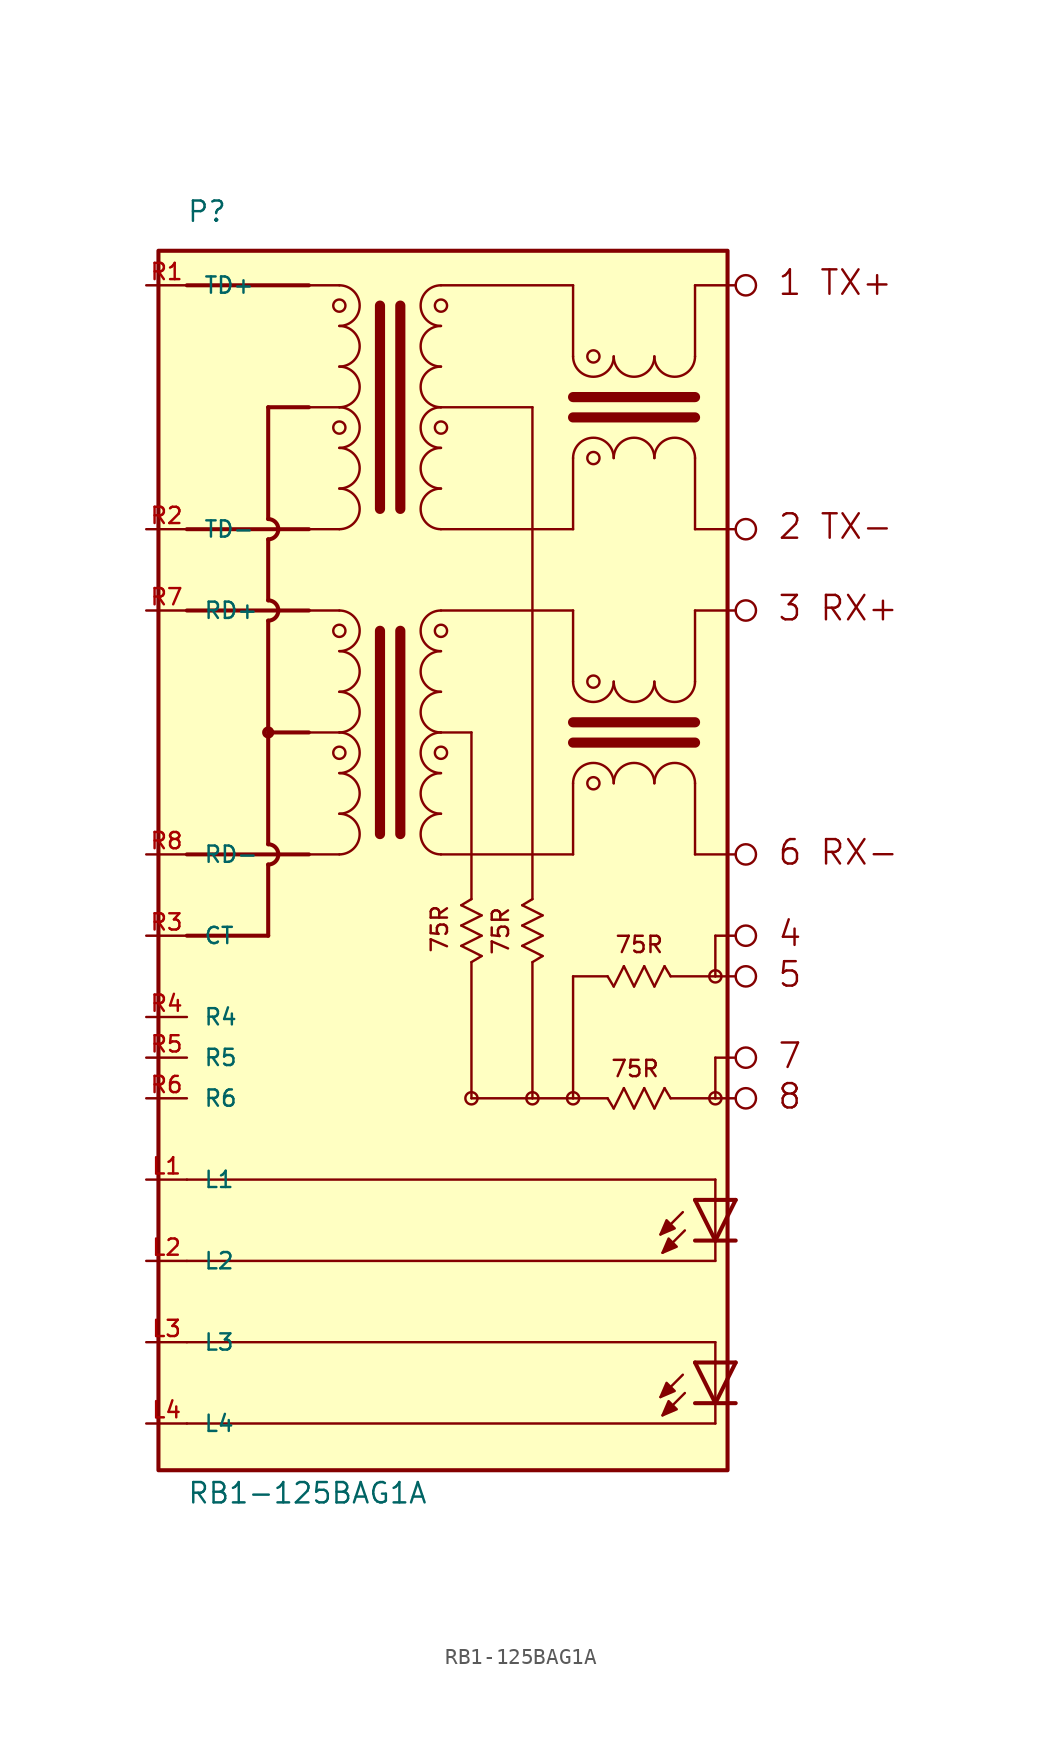
<source format=kicad_sym>
(kicad_symbol_lib
  (version 20211014)
  (generator kicad_symbol_editor)
  (symbol "RB1-125BAG1A"
    (pin_names
      (offset 1.016))
    (property "Reference" "P"
      (at -17.805 39.426 0)
      (effects (font (size 1.27 1.27)) (justify left bottom)))
    (property "Value" "RB1-125BAG1A"
      (at -17.785 -40.652 0)
      (effects (font (size 1.27 1.27)) (justify left bottom)))
    (symbol "RB1-125BAG1A_0_0"
      (rectangle (start -19.558 -38.481) (end 16.002 37.719) (stroke (width 0.254) (type default) (color 0 0 0 0)) (fill (type background)))
      (arc (start -12.7 -0.635) (mid -12.251 -0.449) (end -12.065 0) (stroke (width 0.254) (type default) (color 0 0 0 0)) (fill (type none)))
      (circle (center -12.7 7.62) (radius 0.254) (stroke (width 0.254) (type default) (color 0 0 0 0)) (fill (type none)))
      (arc (start -12.7 14.605) (mid -12.251 14.791) (end -12.065 15.24) (stroke (width 0.254) (type default) (color 0 0 0 0)) (fill (type none)))
      (arc (start -12.7 19.685) (mid -12.251 19.871) (end -12.065 20.32) (stroke (width 0.254) (type default) (color 0 0 0 0)) (fill (type none)))
      (arc (start -12.065 0) (mid -12.251 0.449) (end -12.7 0.635) (stroke (width 0.254) (type default) (color 0 0 0 0)) (fill (type none)))
      (arc (start -12.065 15.24) (mid -12.251 15.689) (end -12.7 15.875) (stroke (width 0.254) (type default) (color 0 0 0 0)) (fill (type none)))
      (arc (start -12.065 20.32) (mid -12.251 20.769) (end -12.7 20.955) (stroke (width 0.254) (type default) (color 0 0 0 0)) (fill (type none)))
      (arc (start -8.255 0) (mid -6.985 1.27) (end -8.255 2.54) (stroke (width 0.1524) (type default) (color 0 0 0 0)) (fill (type none)))
      (arc (start -8.255 2.54) (mid -6.985 3.81) (end -8.255 5.08) (stroke (width 0.1524) (type default) (color 0 0 0 0)) (fill (type none)))
      (arc (start -8.255 5.08) (mid -6.985 6.35) (end -8.255 7.62) (stroke (width 0.1524) (type default) (color 0 0 0 0)) (fill (type none)))
      (circle (center -8.255 6.35) (radius 0.381) (stroke (width 0) (type default) (color 0 0 0 0)) (fill (type none)))
      (arc (start -8.255 7.62) (mid -6.985 8.89) (end -8.255 10.16) (stroke (width 0.1524) (type default) (color 0 0 0 0)) (fill (type none)))
      (arc (start -8.255 10.16) (mid -6.985 11.43) (end -8.255 12.7) (stroke (width 0.1524) (type default) (color 0 0 0 0)) (fill (type none)))
      (arc (start -8.255 12.7) (mid -6.985 13.97) (end -8.255 15.24) (stroke (width 0.1524) (type default) (color 0 0 0 0)) (fill (type none)))
      (circle (center -8.255 13.97) (radius 0.381) (stroke (width 0) (type default) (color 0 0 0 0)) (fill (type none)))
      (arc (start -8.255 20.32) (mid -6.985 21.59) (end -8.255 22.86) (stroke (width 0.1524) (type default) (color 0 0 0 0)) (fill (type none)))
      (arc (start -8.255 22.86) (mid -6.985 24.13) (end -8.255 25.4) (stroke (width 0.1524) (type default) (color 0 0 0 0)) (fill (type none)))
      (arc (start -8.255 25.4) (mid -6.985 26.67) (end -8.255 27.94) (stroke (width 0.1524) (type default) (color 0 0 0 0)) (fill (type none)))
      (circle (center -8.255 26.67) (radius 0.381) (stroke (width 0) (type default) (color 0 0 0 0)) (fill (type none)))
      (arc (start -8.255 27.94) (mid -6.985 29.21) (end -8.255 30.48) (stroke (width 0.1524) (type default) (color 0 0 0 0)) (fill (type none)))
      (arc (start -8.255 30.48) (mid -6.985 31.75) (end -8.255 33.02) (stroke (width 0.1524) (type default) (color 0 0 0 0)) (fill (type none)))
      (arc (start -8.255 33.02) (mid -6.985 34.29) (end -8.255 35.56) (stroke (width 0.1524) (type default) (color 0 0 0 0)) (fill (type none)))
      (circle (center -8.255 34.29) (radius 0.381) (stroke (width 0) (type default) (color 0 0 0 0)) (fill (type none)))
      (arc (start -1.905 2.54) (mid -3.175 1.27) (end -1.905 0) (stroke (width 0.1524) (type default) (color 0 0 0 0)) (fill (type none)))
      (arc (start -1.905 5.08) (mid -3.175 3.81) (end -1.905 2.54) (stroke (width 0.1524) (type default) (color 0 0 0 0)) (fill (type none)))
      (circle (center -1.905 6.35) (radius 0.381) (stroke (width 0) (type default) (color 0 0 0 0)) (fill (type none)))
      (arc (start -1.905 7.62) (mid -3.175 6.35) (end -1.905 5.08) (stroke (width 0.1524) (type default) (color 0 0 0 0)) (fill (type none)))
      (arc (start -1.905 10.16) (mid -3.175 8.89) (end -1.905 7.62) (stroke (width 0.1524) (type default) (color 0 0 0 0)) (fill (type none)))
      (arc (start -1.905 12.7) (mid -3.175 11.43) (end -1.905 10.16) (stroke (width 0.1524) (type default) (color 0 0 0 0)) (fill (type none)))
      (circle (center -1.905 13.97) (radius 0.381) (stroke (width 0) (type default) (color 0 0 0 0)) (fill (type none)))
      (arc (start -1.905 15.24) (mid -3.175 13.97) (end -1.905 12.7) (stroke (width 0.1524) (type default) (color 0 0 0 0)) (fill (type none)))
      (arc (start -1.905 22.86) (mid -3.175 21.59) (end -1.905 20.32) (stroke (width 0.1524) (type default) (color 0 0 0 0)) (fill (type none)))
      (arc (start -1.905 25.4) (mid -3.175 24.13) (end -1.905 22.86) (stroke (width 0.1524) (type default) (color 0 0 0 0)) (fill (type none)))
      (circle (center -1.905 26.67) (radius 0.381) (stroke (width 0) (type default) (color 0 0 0 0)) (fill (type none)))
      (arc (start -1.905 27.94) (mid -3.175 26.67) (end -1.905 25.4) (stroke (width 0.1524) (type default) (color 0 0 0 0)) (fill (type none)))
      (arc (start -1.905 30.48) (mid -3.175 29.21) (end -1.905 27.94) (stroke (width 0.1524) (type default) (color 0 0 0 0)) (fill (type none)))
      (arc (start -1.905 33.02) (mid -3.175 31.75) (end -1.905 30.48) (stroke (width 0.1524) (type default) (color 0 0 0 0)) (fill (type none)))
      (circle (center -1.905 34.29) (radius 0.381) (stroke (width 0) (type default) (color 0 0 0 0)) (fill (type none)))
      (arc (start -1.905 35.56) (mid -3.175 34.29) (end -1.905 33.02) (stroke (width 0.1524) (type default) (color 0 0 0 0)) (fill (type none)))
      (circle (center 0 -15.24) (radius 0.381) (stroke (width 0) (type default) (color 0 0 0 0)) (fill (type none)))
      (polyline (pts (xy -17.78 -35.56) (xy 15.24 -35.56)) (stroke (width 0.152) (type default) (color 0 0 0 0)) (fill (type none)))
      (polyline (pts (xy -17.78 -30.48) (xy 15.24 -30.48)) (stroke (width 0.152) (type default) (color 0 0 0 0)) (fill (type none)))
      (polyline (pts (xy -17.78 -25.4) (xy 15.24 -25.4)) (stroke (width 0.152) (type default) (color 0 0 0 0)) (fill (type none)))
      (polyline (pts (xy -17.78 -20.32) (xy 15.24 -20.32)) (stroke (width 0.152) (type default) (color 0 0 0 0)) (fill (type none)))
      (polyline (pts (xy -17.78 0) (xy -12.065 0)) (stroke (width 0.254) (type default) (color 0 0 0 0)) (fill (type none)))
      (polyline (pts (xy -17.78 15.24) (xy -12.065 15.24)) (stroke (width 0.254) (type default) (color 0 0 0 0)) (fill (type none)))
      (polyline (pts (xy -17.78 20.32) (xy -12.065 20.32)) (stroke (width 0.254) (type default) (color 0 0 0 0)) (fill (type none)))
      (polyline (pts (xy -17.78 35.56) (xy -10.16 35.56)) (stroke (width 0.254) (type default) (color 0 0 0 0)) (fill (type none)))
      (polyline (pts (xy -12.7 -5.08) (xy -17.78 -5.08)) (stroke (width 0.254) (type default) (color 0 0 0 0)) (fill (type none)))
      (polyline (pts (xy -12.7 -0.635) (xy -12.7 -5.08)) (stroke (width 0.254) (type default) (color 0 0 0 0)) (fill (type none)))
      (polyline (pts (xy -12.7 14.605) (xy -12.7 0.635)) (stroke (width 0.254) (type default) (color 0 0 0 0)) (fill (type none)))
      (polyline (pts (xy -12.7 19.685) (xy -12.7 15.875)) (stroke (width 0.254) (type default) (color 0 0 0 0)) (fill (type none)))
      (polyline (pts (xy -12.7 27.94) (xy -12.7 20.955)) (stroke (width 0.254) (type default) (color 0 0 0 0)) (fill (type none)))
      (polyline (pts (xy -12.065 0) (xy -10.16 0)) (stroke (width 0.254) (type default) (color 0 0 0 0)) (fill (type none)))
      (polyline (pts (xy -12.065 15.24) (xy -10.16 15.24)) (stroke (width 0.254) (type default) (color 0 0 0 0)) (fill (type none)))
      (polyline (pts (xy -12.065 20.32) (xy -10.16 20.32)) (stroke (width 0.254) (type default) (color 0 0 0 0)) (fill (type none)))
      (polyline (pts (xy -10.16 0) (xy -8.255 0)) (stroke (width 0.152) (type default) (color 0 0 0 0)) (fill (type none)))
      (polyline (pts (xy -10.16 7.62) (xy -12.7 7.62)) (stroke (width 0.254) (type default) (color 0 0 0 0)) (fill (type none)))
      (polyline (pts (xy -10.16 7.62) (xy -8.255 7.62)) (stroke (width 0.152) (type default) (color 0 0 0 0)) (fill (type none)))
      (polyline (pts (xy -10.16 15.24) (xy -8.255 15.24)) (stroke (width 0.152) (type default) (color 0 0 0 0)) (fill (type none)))
      (polyline (pts (xy -10.16 20.32) (xy -8.255 20.32)) (stroke (width 0.152) (type default) (color 0 0 0 0)) (fill (type none)))
      (polyline (pts (xy -10.16 27.94) (xy -12.7 27.94)) (stroke (width 0.254) (type default) (color 0 0 0 0)) (fill (type none)))
      (polyline (pts (xy -10.16 27.94) (xy -8.255 27.94)) (stroke (width 0.152) (type default) (color 0 0 0 0)) (fill (type none)))
      (polyline (pts (xy -10.16 35.56) (xy -8.255 35.56)) (stroke (width 0.152) (type default) (color 0 0 0 0)) (fill (type none)))
      (polyline (pts (xy -5.715 13.97) (xy -5.715 1.27)) (stroke (width 0.635) (type default) (color 0 0 0 0)) (fill (type none)))
      (polyline (pts (xy -5.715 34.29) (xy -5.715 21.59)) (stroke (width 0.635) (type default) (color 0 0 0 0)) (fill (type none)))
      (polyline (pts (xy -4.445 13.97) (xy -4.445 1.27)) (stroke (width 0.635) (type default) (color 0 0 0 0)) (fill (type none)))
      (polyline (pts (xy -4.445 34.29) (xy -4.445 21.59)) (stroke (width 0.635) (type default) (color 0 0 0 0)) (fill (type none)))
      (polyline (pts (xy -1.905 7.62) (xy 0 7.62)) (stroke (width 0.152) (type default) (color 0 0 0 0)) (fill (type none)))
      (polyline (pts (xy -1.905 15.24) (xy 6.35 15.24)) (stroke (width 0.152) (type default) (color 0 0 0 0)) (fill (type none)))
      (polyline (pts (xy -1.905 27.94) (xy 3.81 27.94)) (stroke (width 0.152) (type default) (color 0 0 0 0)) (fill (type none)))
      (polyline (pts (xy -1.905 35.56) (xy 6.35 35.56)) (stroke (width 0.152) (type default) (color 0 0 0 0)) (fill (type none)))
      (polyline (pts (xy -0.635 -5.715) (xy 0.635 -6.35)) (stroke (width 0.152) (type default) (color 0 0 0 0)) (fill (type none)))
      (polyline (pts (xy -0.635 -4.445) (xy 0.635 -5.08)) (stroke (width 0.152) (type default) (color 0 0 0 0)) (fill (type none)))
      (polyline (pts (xy -0.635 -3.175) (xy 0.635 -3.81)) (stroke (width 0.152) (type default) (color 0 0 0 0)) (fill (type none)))
      (polyline (pts (xy 0 -15.24) (xy 3.81 -15.24)) (stroke (width 0.152) (type default) (color 0 0 0 0)) (fill (type none)))
      (polyline (pts (xy 0 -6.731) (xy 0 -15.24)) (stroke (width 0.152) (type default) (color 0 0 0 0)) (fill (type none)))
      (polyline (pts (xy 0 -2.794) (xy -0.635 -3.175)) (stroke (width 0.152) (type default) (color 0 0 0 0)) (fill (type none)))
      (polyline (pts (xy 0 7.62) (xy 0 -2.794)) (stroke (width 0.152) (type default) (color 0 0 0 0)) (fill (type none)))
      (polyline (pts (xy 0.635 -6.35) (xy 0 -6.731)) (stroke (width 0.152) (type default) (color 0 0 0 0)) (fill (type none)))
      (polyline (pts (xy 0.635 -5.08) (xy -0.635 -5.715)) (stroke (width 0.152) (type default) (color 0 0 0 0)) (fill (type none)))
      (polyline (pts (xy 0.635 -3.81) (xy -0.635 -4.445)) (stroke (width 0.152) (type default) (color 0 0 0 0)) (fill (type none)))
      (polyline (pts (xy 3.175 -5.715) (xy 4.445 -6.35)) (stroke (width 0.152) (type default) (color 0 0 0 0)) (fill (type none)))
      (polyline (pts (xy 3.175 -4.445) (xy 4.445 -5.08)) (stroke (width 0.152) (type default) (color 0 0 0 0)) (fill (type none)))
      (polyline (pts (xy 3.175 -3.175) (xy 4.445 -3.81)) (stroke (width 0.152) (type default) (color 0 0 0 0)) (fill (type none)))
      (polyline (pts (xy 3.81 -15.24) (xy 6.35 -15.24)) (stroke (width 0.152) (type default) (color 0 0 0 0)) (fill (type none)))
      (polyline (pts (xy 3.81 -6.731) (xy 3.81 -15.24)) (stroke (width 0.152) (type default) (color 0 0 0 0)) (fill (type none)))
      (polyline (pts (xy 3.81 -2.794) (xy 3.175 -3.175)) (stroke (width 0.152) (type default) (color 0 0 0 0)) (fill (type none)))
      (polyline (pts (xy 3.81 27.94) (xy 3.81 -2.794)) (stroke (width 0.152) (type default) (color 0 0 0 0)) (fill (type none)))
      (polyline (pts (xy 4.445 -6.35) (xy 3.81 -6.731)) (stroke (width 0.152) (type default) (color 0 0 0 0)) (fill (type none)))
      (polyline (pts (xy 4.445 -5.08) (xy 3.175 -5.715)) (stroke (width 0.152) (type default) (color 0 0 0 0)) (fill (type none)))
      (polyline (pts (xy 4.445 -3.81) (xy 3.175 -4.445)) (stroke (width 0.152) (type default) (color 0 0 0 0)) (fill (type none)))
      (polyline (pts (xy 6.35 -15.24) (xy 8.509 -15.24)) (stroke (width 0.152) (type default) (color 0 0 0 0)) (fill (type none)))
      (polyline (pts (xy 6.35 -7.62) (xy 6.35 -15.24)) (stroke (width 0.152) (type default) (color 0 0 0 0)) (fill (type none)))
      (polyline (pts (xy 6.35 0) (xy -1.905 0)) (stroke (width 0.152) (type default) (color 0 0 0 0)) (fill (type none)))
      (polyline (pts (xy 6.35 0) (xy 6.35 4.445)) (stroke (width 0.152) (type default) (color 0 0 0 0)) (fill (type none)))
      (polyline (pts (xy 6.35 6.985) (xy 13.97 6.985)) (stroke (width 0.635) (type default) (color 0 0 0 0)) (fill (type none)))
      (polyline (pts (xy 6.35 8.255) (xy 13.97 8.255)) (stroke (width 0.635) (type default) (color 0 0 0 0)) (fill (type none)))
      (polyline (pts (xy 6.35 15.24) (xy 6.35 10.795)) (stroke (width 0.152) (type default) (color 0 0 0 0)) (fill (type none)))
      (polyline (pts (xy 6.35 20.32) (xy -1.905 20.32)) (stroke (width 0.152) (type default) (color 0 0 0 0)) (fill (type none)))
      (polyline (pts (xy 6.35 20.32) (xy 6.35 24.765)) (stroke (width 0.152) (type default) (color 0 0 0 0)) (fill (type none)))
      (polyline (pts (xy 6.35 27.305) (xy 13.97 27.305)) (stroke (width 0.635) (type default) (color 0 0 0 0)) (fill (type none)))
      (polyline (pts (xy 6.35 28.575) (xy 13.97 28.575)) (stroke (width 0.635) (type default) (color 0 0 0 0)) (fill (type none)))
      (polyline (pts (xy 6.35 35.56) (xy 6.35 31.115)) (stroke (width 0.152) (type default) (color 0 0 0 0)) (fill (type none)))
      (polyline (pts (xy 8.509 -15.24) (xy 8.89 -15.875)) (stroke (width 0.152) (type default) (color 0 0 0 0)) (fill (type none)))
      (polyline (pts (xy 8.509 -7.62) (xy 6.35 -7.62)) (stroke (width 0.152) (type default) (color 0 0 0 0)) (fill (type none)))
      (polyline (pts (xy 8.509 -7.62) (xy 8.89 -8.255)) (stroke (width 0.152) (type default) (color 0 0 0 0)) (fill (type none)))
      (polyline (pts (xy 8.89 -15.875) (xy 9.525 -14.605)) (stroke (width 0.152) (type default) (color 0 0 0 0)) (fill (type none)))
      (polyline (pts (xy 8.89 -8.255) (xy 9.525 -6.985)) (stroke (width 0.152) (type default) (color 0 0 0 0)) (fill (type none)))
      (polyline (pts (xy 9.525 -14.605) (xy 10.16 -15.875)) (stroke (width 0.152) (type default) (color 0 0 0 0)) (fill (type none)))
      (polyline (pts (xy 9.525 -6.985) (xy 10.16 -8.255)) (stroke (width 0.152) (type default) (color 0 0 0 0)) (fill (type none)))
      (polyline (pts (xy 10.16 -15.875) (xy 10.795 -14.605)) (stroke (width 0.152) (type default) (color 0 0 0 0)) (fill (type none)))
      (polyline (pts (xy 10.16 -8.255) (xy 10.795 -6.985)) (stroke (width 0.152) (type default) (color 0 0 0 0)) (fill (type none)))
      (polyline (pts (xy 10.795 -14.605) (xy 11.43 -15.875)) (stroke (width 0.152) (type default) (color 0 0 0 0)) (fill (type none)))
      (polyline (pts (xy 10.795 -6.985) (xy 11.43 -8.255)) (stroke (width 0.152) (type default) (color 0 0 0 0)) (fill (type none)))
      (polyline (pts (xy 11.43 -15.875) (xy 12.065 -14.605)) (stroke (width 0.152) (type default) (color 0 0 0 0)) (fill (type none)))
      (polyline (pts (xy 11.43 -8.255) (xy 12.065 -6.985)) (stroke (width 0.152) (type default) (color 0 0 0 0)) (fill (type none)))
      (polyline (pts (xy 12.065 -14.605) (xy 12.446 -15.24)) (stroke (width 0.152) (type default) (color 0 0 0 0)) (fill (type none)))
      (polyline (pts (xy 12.065 -6.985) (xy 12.446 -7.62)) (stroke (width 0.152) (type default) (color 0 0 0 0)) (fill (type none)))
      (polyline (pts (xy 12.446 -15.24) (xy 15.24 -15.24)) (stroke (width 0.152) (type default) (color 0 0 0 0)) (fill (type none)))
      (polyline (pts (xy 13.208 -32.512) (xy 11.811 -33.909)) (stroke (width 0.152) (type default) (color 0 0 0 0)) (fill (type none)))
      (polyline (pts (xy 13.208 -22.352) (xy 11.811 -23.749)) (stroke (width 0.152) (type default) (color 0 0 0 0)) (fill (type none)))
      (polyline (pts (xy 13.335 -33.655) (xy 11.938 -35.052)) (stroke (width 0.152) (type default) (color 0 0 0 0)) (fill (type none)))
      (polyline (pts (xy 13.335 -23.495) (xy 11.938 -24.892)) (stroke (width 0.152) (type default) (color 0 0 0 0)) (fill (type none)))
      (polyline (pts (xy 13.97 0) (xy 16.51 0)) (stroke (width 0.152) (type default) (color 0 0 0 0)) (fill (type none)))
      (polyline (pts (xy 13.97 4.445) (xy 13.97 0)) (stroke (width 0.152) (type default) (color 0 0 0 0)) (fill (type none)))
      (polyline (pts (xy 13.97 10.795) (xy 13.97 15.24)) (stroke (width 0.152) (type default) (color 0 0 0 0)) (fill (type none)))
      (polyline (pts (xy 13.97 15.24) (xy 16.51 15.24)) (stroke (width 0.152) (type default) (color 0 0 0 0)) (fill (type none)))
      (polyline (pts (xy 13.97 20.32) (xy 16.51 20.32)) (stroke (width 0.152) (type default) (color 0 0 0 0)) (fill (type none)))
      (polyline (pts (xy 13.97 24.765) (xy 13.97 20.32)) (stroke (width 0.152) (type default) (color 0 0 0 0)) (fill (type none)))
      (polyline (pts (xy 13.97 31.115) (xy 13.97 35.56)) (stroke (width 0.152) (type default) (color 0 0 0 0)) (fill (type none)))
      (polyline (pts (xy 13.97 35.56) (xy 16.51 35.56)) (stroke (width 0.152) (type default) (color 0 0 0 0)) (fill (type none)))
      (polyline (pts (xy 15.24 -35.56) (xy 15.24 -34.29)) (stroke (width 0.152) (type default) (color 0 0 0 0)) (fill (type none)))
      (polyline (pts (xy 15.24 -34.29) (xy 13.97 -34.29)) (stroke (width 0.254) (type default) (color 0 0 0 0)) (fill (type none)))
      (polyline (pts (xy 15.24 -34.29) (xy 13.97 -31.75)) (stroke (width 0.254) (type default) (color 0 0 0 0)) (fill (type none)))
      (polyline (pts (xy 15.24 -31.75) (xy 13.97 -31.75)) (stroke (width 0.254) (type default) (color 0 0 0 0)) (fill (type none)))
      (polyline (pts (xy 15.24 -31.75) (xy 15.24 -34.29)) (stroke (width 0.152) (type default) (color 0 0 0 0)) (fill (type none)))
      (polyline (pts (xy 15.24 -30.48) (xy 15.24 -31.75)) (stroke (width 0.152) (type default) (color 0 0 0 0)) (fill (type none)))
      (polyline (pts (xy 15.24 -25.4) (xy 15.24 -24.13)) (stroke (width 0.152) (type default) (color 0 0 0 0)) (fill (type none)))
      (polyline (pts (xy 15.24 -24.13) (xy 13.97 -24.13)) (stroke (width 0.254) (type default) (color 0 0 0 0)) (fill (type none)))
      (polyline (pts (xy 15.24 -24.13) (xy 13.97 -21.59)) (stroke (width 0.254) (type default) (color 0 0 0 0)) (fill (type none)))
      (polyline (pts (xy 15.24 -21.59) (xy 13.97 -21.59)) (stroke (width 0.254) (type default) (color 0 0 0 0)) (fill (type none)))
      (polyline (pts (xy 15.24 -21.59) (xy 15.24 -24.13)) (stroke (width 0.152) (type default) (color 0 0 0 0)) (fill (type none)))
      (polyline (pts (xy 15.24 -20.32) (xy 15.24 -21.59)) (stroke (width 0.152) (type default) (color 0 0 0 0)) (fill (type none)))
      (polyline (pts (xy 15.24 -15.24) (xy 16.51 -15.24)) (stroke (width 0.152) (type default) (color 0 0 0 0)) (fill (type none)))
      (polyline (pts (xy 15.24 -12.7) (xy 15.24 -15.24)) (stroke (width 0.152) (type default) (color 0 0 0 0)) (fill (type none)))
      (polyline (pts (xy 15.24 -7.62) (xy 12.446 -7.62)) (stroke (width 0.152) (type default) (color 0 0 0 0)) (fill (type none)))
      (polyline (pts (xy 15.24 -7.62) (xy 16.51 -7.62)) (stroke (width 0.152) (type default) (color 0 0 0 0)) (fill (type none)))
      (polyline (pts (xy 15.24 -5.08) (xy 15.24 -7.62)) (stroke (width 0.152) (type default) (color 0 0 0 0)) (fill (type none)))
      (polyline (pts (xy 16.51 -34.29) (xy 15.24 -34.29)) (stroke (width 0.254) (type default) (color 0 0 0 0)) (fill (type none)))
      (polyline (pts (xy 16.51 -31.75) (xy 15.24 -34.29)) (stroke (width 0.254) (type default) (color 0 0 0 0)) (fill (type none)))
      (polyline (pts (xy 16.51 -31.75) (xy 15.24 -31.75)) (stroke (width 0.254) (type default) (color 0 0 0 0)) (fill (type none)))
      (polyline (pts (xy 16.51 -24.13) (xy 15.24 -24.13)) (stroke (width 0.254) (type default) (color 0 0 0 0)) (fill (type none)))
      (polyline (pts (xy 16.51 -21.59) (xy 15.24 -24.13)) (stroke (width 0.254) (type default) (color 0 0 0 0)) (fill (type none)))
      (polyline (pts (xy 16.51 -21.59) (xy 15.24 -21.59)) (stroke (width 0.254) (type default) (color 0 0 0 0)) (fill (type none)))
      (polyline (pts (xy 16.51 -12.7) (xy 15.24 -12.7)) (stroke (width 0.152) (type default) (color 0 0 0 0)) (fill (type none)))
      (polyline (pts (xy 16.51 -5.08) (xy 15.24 -5.08)) (stroke (width 0.152) (type default) (color 0 0 0 0)) (fill (type none)))
      (polyline (pts (xy 11.811 -33.909) (xy 12.192 -33.02) (xy 12.7 -33.528) (xy 11.811 -33.909)) (stroke (width 0.152) (type default) (color 0 0 0 0)) (fill (type outline)))
      (polyline (pts (xy 11.811 -23.749) (xy 12.192 -22.86) (xy 12.7 -23.368) (xy 11.811 -23.749)) (stroke (width 0.152) (type default) (color 0 0 0 0)) (fill (type outline)))
      (polyline (pts (xy 11.938 -35.052) (xy 12.319 -34.163) (xy 12.827 -34.671) (xy 11.938 -35.052)) (stroke (width 0.152) (type default) (color 0 0 0 0)) (fill (type outline)))
      (polyline (pts (xy 11.938 -24.892) (xy 12.319 -24.003) (xy 12.827 -24.511) (xy 11.938 -24.892)) (stroke (width 0.152) (type default) (color 0 0 0 0)) (fill (type outline)))
      (circle (center 3.81 -15.24) (radius 0.381) (stroke (width 0) (type default) (color 0 0 0 0)) (fill (type none)))
      (circle (center 6.35 -15.24) (radius 0.381) (stroke (width 0) (type default) (color 0 0 0 0)) (fill (type none)))
      (arc (start 6.35 10.795) (mid 7.62 9.525) (end 8.89 10.795) (stroke (width 0.1524) (type default) (color 0 0 0 0)) (fill (type none)))
      (arc (start 6.35 31.115) (mid 7.62 29.845) (end 8.89 31.115) (stroke (width 0.1524) (type default) (color 0 0 0 0)) (fill (type none)))
      (circle (center 7.62 4.445) (radius 0.381) (stroke (width 0) (type default) (color 0 0 0 0)) (fill (type none)))
      (circle (center 7.62 10.795) (radius 0.381) (stroke (width 0) (type default) (color 0 0 0 0)) (fill (type none)))
      (circle (center 7.62 24.765) (radius 0.381) (stroke (width 0) (type default) (color 0 0 0 0)) (fill (type none)))
      (circle (center 7.62 31.115) (radius 0.381) (stroke (width 0) (type default) (color 0 0 0 0)) (fill (type none)))
      (arc (start 8.89 4.445) (mid 7.62 5.715) (end 6.35 4.445) (stroke (width 0.1524) (type default) (color 0 0 0 0)) (fill (type none)))
      (arc (start 8.89 10.795) (mid 10.16 9.525) (end 11.43 10.795) (stroke (width 0.1524) (type default) (color 0 0 0 0)) (fill (type none)))
      (arc (start 8.89 24.765) (mid 7.62 26.035) (end 6.35 24.765) (stroke (width 0.1524) (type default) (color 0 0 0 0)) (fill (type none)))
      (arc (start 8.89 31.115) (mid 10.16 29.845) (end 11.43 31.115) (stroke (width 0.1524) (type default) (color 0 0 0 0)) (fill (type none)))
      (arc (start 11.43 4.445) (mid 10.16 5.715) (end 8.89 4.445) (stroke (width 0.1524) (type default) (color 0 0 0 0)) (fill (type none)))
      (arc (start 11.43 10.795) (mid 12.7 9.525) (end 13.97 10.795) (stroke (width 0.1524) (type default) (color 0 0 0 0)) (fill (type none)))
      (arc (start 11.43 24.765) (mid 10.16 26.035) (end 8.89 24.765) (stroke (width 0.1524) (type default) (color 0 0 0 0)) (fill (type none)))
      (arc (start 11.43 31.115) (mid 12.7 29.845) (end 13.97 31.115) (stroke (width 0.1524) (type default) (color 0 0 0 0)) (fill (type none)))
      (arc (start 13.97 4.445) (mid 12.7 5.715) (end 11.43 4.445) (stroke (width 0.1524) (type default) (color 0 0 0 0)) (fill (type none)))
      (arc (start 13.97 24.765) (mid 12.7 26.035) (end 11.43 24.765) (stroke (width 0.1524) (type default) (color 0 0 0 0)) (fill (type none)))
      (circle (center 15.24 -15.24) (radius 0.381) (stroke (width 0) (type default) (color 0 0 0 0)) (fill (type none)))
      (circle (center 15.24 -7.62) (radius 0.381) (stroke (width 0) (type default) (color 0 0 0 0)) (fill (type none)))
      (circle (center 17.145 -15.24) (radius 0.635) (stroke (width 0.152) (type default) (color 0 0 0 0)) (fill (type none)))
      (circle (center 17.145 -12.7) (radius 0.635) (stroke (width 0.152) (type default) (color 0 0 0 0)) (fill (type none)))
      (circle (center 17.145 -7.62) (radius 0.635) (stroke (width 0.152) (type default) (color 0 0 0 0)) (fill (type none)))
      (circle (center 17.145 -5.08) (radius 0.635) (stroke (width 0.152) (type default) (color 0 0 0 0)) (fill (type none)))
      (circle (center 17.145 0) (radius 0.635) (stroke (width 0.152) (type default) (color 0 0 0 0)) (fill (type none)))
      (circle (center 17.145 15.24) (radius 0.635) (stroke (width 0.152) (type default) (color 0 0 0 0)) (fill (type none)))
      (circle (center 17.145 20.32) (radius 0.635) (stroke (width 0.152) (type default) (color 0 0 0 0)) (fill (type none)))
      (circle (center 17.145 35.56) (radius 0.635) (stroke (width 0.152) (type default) (color 0 0 0 0)) (fill (type none)))
      (text "1 TX+" (at 19.071 34.837 0) (effects (font (size 1.526 1.526)) (justify left bottom)))
      (text "2 TX-" (at 19.085 19.594 0) (effects (font (size 1.527 1.527)) (justify left bottom)))
      (text "3 RX+" (at 19.072 14.495 0) (effects (font (size 1.526 1.526)) (justify left bottom)))
      (text "4" (at 19.071 -5.848 0) (effects (font (size 1.526 1.526)) (justify left bottom)))
      (text "5" (at 19.072 -8.392 0) (effects (font (size 1.526 1.526)) (justify left bottom)))
      (text "6 RX-" (at 19.079 -0.763 0) (effects (font (size 1.526 1.526)) (justify left bottom)))
      (text "7" (at 19.069 -13.475 0) (effects (font (size 1.526 1.526)) (justify left bottom)))
      (text "75R" (at -1.398 -6.227 900) (effects (font (size 1.017 1.017)) (justify left bottom)))
      (text "75R" (at 2.418 -6.362 900) (effects (font (size 1.018 1.018)) (justify left bottom)))
      (text "75R" (at 8.646 -13.987 0) (effects (font (size 1.017 1.017)) (justify left bottom)))
      (text "75R" (at 8.906 -6.234 0) (effects (font (size 1.018 1.018)) (justify left bottom)))
      (text "8" (at 19.056 -16.007 0) (effects (font (size 1.524 1.524)) (justify left bottom)))
      (pin passive line (at -20.32 -20.32 0) (length 2.54) (name "L1" (effects (font (size 1.016 1.016)))) (number "L1" (effects (font (size 1.016 1.016)))))
      (pin passive line (at -20.32 -25.4 0) (length 2.54) (name "L2" (effects (font (size 1.016 1.016)))) (number "L2" (effects (font (size 1.016 1.016)))))
      (pin passive line (at -20.32 -30.48 0) (length 2.54) (name "L3" (effects (font (size 1.016 1.016)))) (number "L3" (effects (font (size 1.016 1.016)))))
      (pin passive line (at -20.32 -35.56 0) (length 2.54) (name "L4" (effects (font (size 1.016 1.016)))) (number "L4" (effects (font (size 1.016 1.016)))))
      (pin input line (at -20.32 35.56 0) (length 2.54) (name "TD+" (effects (font (size 1.016 1.016)))) (number "R1" (effects (font (size 1.016 1.016)))))
      (pin input line (at -20.32 20.32 0) (length 2.54) (name "TD-" (effects (font (size 1.016 1.016)))) (number "R2" (effects (font (size 1.016 1.016)))))
      (pin input line (at -20.32 -5.08 0) (length 2.54) (name "CT" (effects (font (size 1.016 1.016)))) (number "R3" (effects (font (size 1.016 1.016)))))
      (pin input line (at -20.32 -10.16 0) (length 2.54) (name "R4" (effects (font (size 1.016 1.016)))) (number "R4" (effects (font (size 1.016 1.016)))))
      (pin input line (at -20.32 -12.7 0) (length 2.54) (name "R5" (effects (font (size 1.016 1.016)))) (number "R5" (effects (font (size 1.016 1.016)))))
      (pin input line (at -20.32 -15.24 0) (length 2.54) (name "R6" (effects (font (size 1.016 1.016)))) (number "R6" (effects (font (size 1.016 1.016)))))
      (pin input line (at -20.32 15.24 0) (length 2.54) (name "RD+" (effects (font (size 1.016 1.016)))) (number "R7" (effects (font (size 1.016 1.016)))))
      (pin input line (at -20.32 0 0) (length 2.54) (name "RD-" (effects (font (size 1.016 1.016)))) (number "R8" (effects (font (size 1.016 1.016))))))))
</source>
